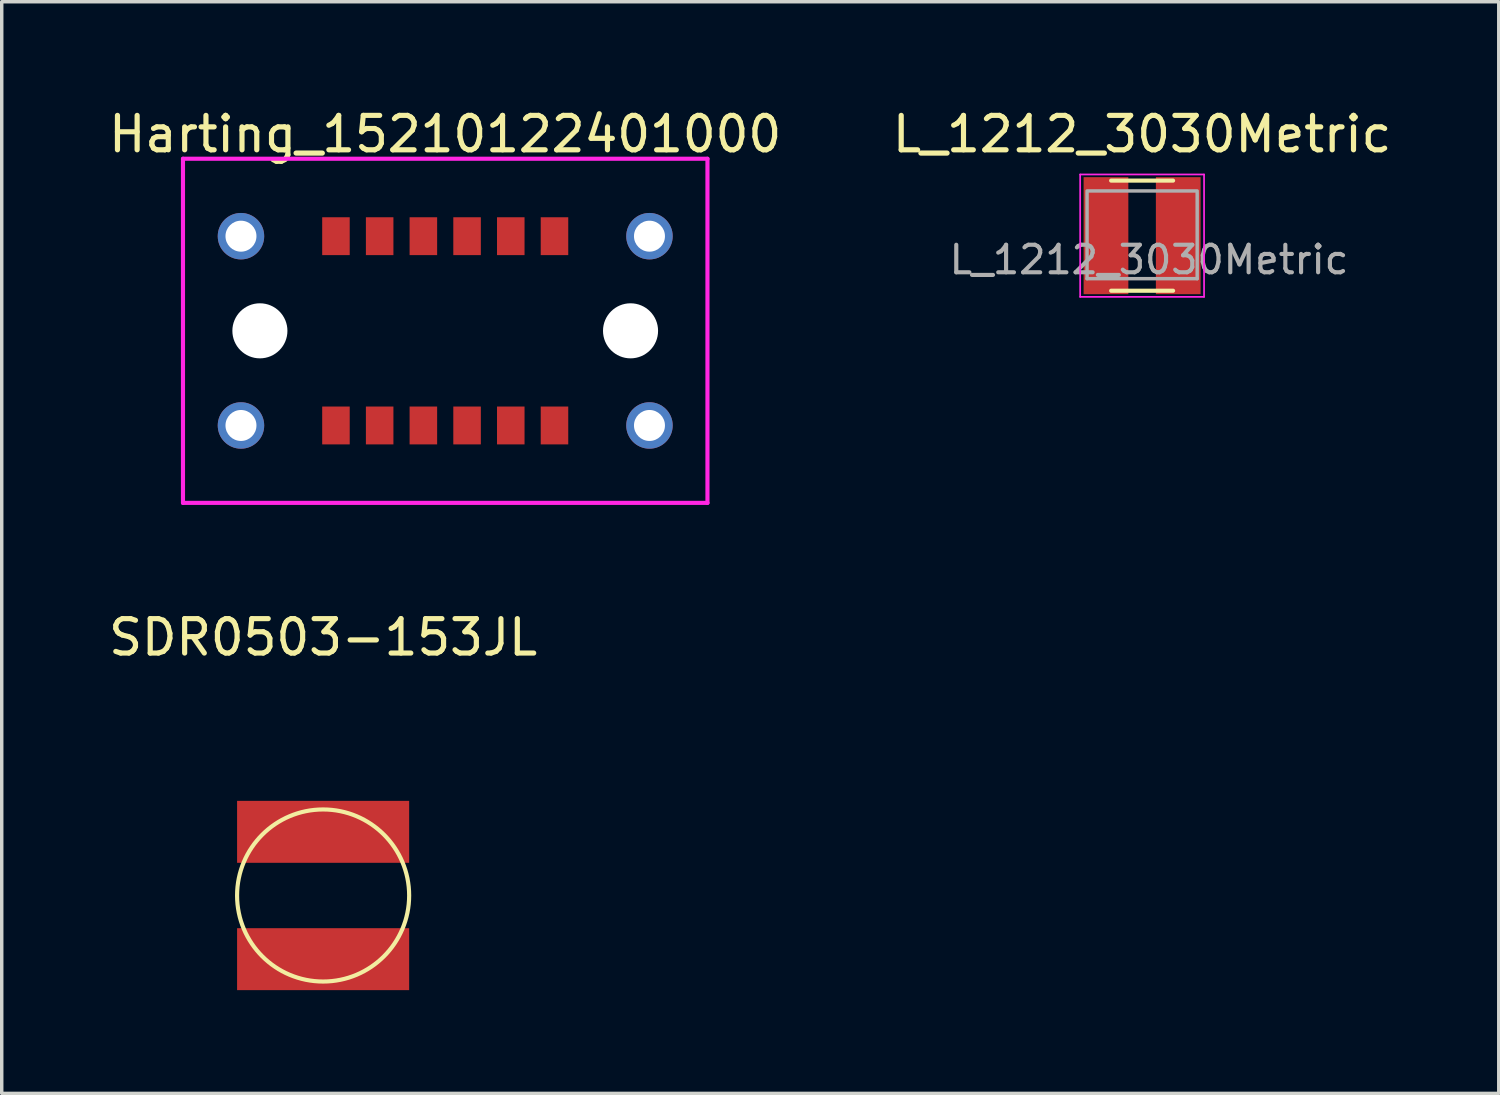
<source format=kicad_pcb>
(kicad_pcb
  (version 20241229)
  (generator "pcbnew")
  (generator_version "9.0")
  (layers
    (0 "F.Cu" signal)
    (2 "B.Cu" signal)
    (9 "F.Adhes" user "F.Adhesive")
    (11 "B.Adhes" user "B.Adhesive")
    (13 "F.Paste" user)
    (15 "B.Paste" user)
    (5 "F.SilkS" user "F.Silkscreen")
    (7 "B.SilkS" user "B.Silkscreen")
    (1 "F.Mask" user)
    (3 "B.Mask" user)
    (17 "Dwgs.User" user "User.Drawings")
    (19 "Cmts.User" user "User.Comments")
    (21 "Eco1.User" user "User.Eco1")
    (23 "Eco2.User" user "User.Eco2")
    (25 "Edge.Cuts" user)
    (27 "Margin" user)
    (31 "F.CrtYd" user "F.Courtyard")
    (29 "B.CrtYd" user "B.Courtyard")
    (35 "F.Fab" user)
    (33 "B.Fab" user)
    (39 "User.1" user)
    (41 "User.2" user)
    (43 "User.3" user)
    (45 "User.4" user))
  (footprint "Harting_15210122401000"
    (layer "F.Cu")
    (at 9.887 6.563)
    (property "Reference" "Harting_15210122401000" (at 0 -5.715 0) (layer "F.SilkS") (effects (font (size 1 1) (thickness 0.15))))
    (attr through_hole)
    (fp_line (start -7.62 -5) (end -7.62 5) (stroke (width 0.12) (type solid)) (layer "F.CrtYd"))
    (fp_line (start -7.62 5) (end 7.62 5) (stroke (width 0.12) (type solid)) (layer "F.CrtYd"))
    (fp_line (start 7.62 -5) (end -7.62 -5) (stroke (width 0.12) (type solid)) (layer "F.CrtYd"))
    (fp_line (start 7.62 5) (end 7.62 -5) (stroke (width 0.12) (type solid)) (layer "F.CrtYd"))
    (pad "" thru_hole circle (at -5.935 -2.75) (size 1.35 1.35) (drill 0.9) (layers "*.Cu" "*.Mask"))
    (pad "" thru_hole circle (at -5.935 2.75) (size 1.35 1.35) (drill 0.9) (layers "*.Cu" "*.Mask"))
    (pad "" np_thru_hole circle (at -5.385 0) (size 1.6 1.6) (drill 1.6) (layers "*.Cu" "*.Mask"))
    (pad "" np_thru_hole circle (at 5.385 0) (size 1.6 1.6) (drill 1.6) (layers "*.Cu" "*.Mask"))
    (pad "" thru_hole circle (at 5.935 -2.75) (size 1.35 1.35) (drill 0.9) (layers "*.Cu" "*.Mask"))
    (pad "" thru_hole circle (at 5.935 2.75) (size 1.35 1.35) (drill 0.9) (layers "*.Cu" "*.Mask"))
    (pad "a1" smd rect (at 3.175 2.75) (size 0.8 1.1) (layers "F.Cu" "F.Mask" "F.Paste"))
    (pad "a2" smd rect (at 1.905 2.75) (size 0.8 1.1) (layers "F.Cu" "F.Mask" "F.Paste"))
    (pad "a3" smd rect (at 0.635 2.75) (size 0.8 1.1) (layers "F.Cu" "F.Mask" "F.Paste"))
    (pad "a4" smd rect (at -0.635 2.75) (size 0.8 1.1) (layers "F.Cu" "F.Mask" "F.Paste"))
    (pad "a5" smd rect (at -1.905 2.75) (size 0.8 1.1) (layers "F.Cu" "F.Mask" "F.Paste"))
    (pad "a6" smd rect (at -3.175 2.75) (size 0.8 1.1) (layers "F.Cu" "F.Mask" "F.Paste"))
    (pad "b1" smd rect (at 3.175 -2.75) (size 0.8 1.1) (layers "F.Cu" "F.Mask" "F.Paste"))
    (pad "b2" smd rect (at 1.905 -2.75) (size 0.8 1.1) (layers "F.Cu" "F.Mask" "F.Paste"))
    (pad "b3" smd rect (at 0.635 -2.75) (size 0.8 1.1) (layers "F.Cu" "F.Mask" "F.Paste"))
    (pad "b4" smd rect (at -0.635 -2.75) (size 0.8 1.1) (layers "F.Cu" "F.Mask" "F.Paste"))
    (pad "b5" smd rect (at -1.905 -2.75) (size 0.8 1.1) (layers "F.Cu" "F.Mask" "F.Paste"))
    (pad "b6" smd rect (at -3.175 -2.75) (size 0.8 1.1) (layers "F.Cu" "F.Mask" "F.Paste")))
  (footprint "L_1212_3030Metric"
    (layer "F.Cu")
    (at 30.137 3.798)
    (property "Reference" "L_1212_3030Metric" (at 0 -2.95 0) (layer "F.SilkS") (effects (font (size 1 1) (thickness 0.15))))
    (attr smd)
    (fp_line (start -0.9 -1.6) (end 0.9 -1.6) (stroke (width 0.12) (type solid)) (layer "F.SilkS"))
    (fp_line (start -0.9 1.6) (end 0.9 1.6) (stroke (width 0.12) (type solid)) (layer "F.SilkS"))
    (fp_line (start -1.8 -1.778) (end 1.8 -1.778) (stroke (width 0.05) (type solid)) (layer "F.CrtYd"))
    (fp_line (start -1.8 1.778) (end -1.8 -1.778) (stroke (width 0.05) (type solid)) (layer "F.CrtYd"))
    (fp_line (start 1.8 -1.778) (end 1.8 1.778) (stroke (width 0.05) (type solid)) (layer "F.CrtYd"))
    (fp_line (start 1.8 1.778) (end -1.8 1.778) (stroke (width 0.05) (type solid)) (layer "F.CrtYd"))
    (fp_line (start -1.6 -1.3) (end 1.6 -1.3) (stroke (width 0.1) (type solid)) (layer "F.Fab"))
    (fp_line (start -1.6 1.25) (end -1.6 -1.25) (stroke (width 0.1) (type solid)) (layer "F.Fab"))
    (fp_line (start 1.6 -1.25) (end 1.6 1.25) (stroke (width 0.1) (type solid)) (layer "F.Fab"))
    (fp_line (start 1.6 1.25) (end -1.6 1.25) (stroke (width 0.1) (type solid)) (layer "F.Fab"))
    (fp_text user "${REFERENCE}" (at 0.2 0.7 0) (layer "F.Fab") (effects (font (size 0.8 0.8) (thickness 0.12))))
    (pad "1" smd rect (at -1.05 0) (size 1.3 3.4) (layers "F.Cu" "F.Mask" "F.Paste"))
    (pad "2" smd rect (at 1.05 0) (size 1.3 3.4) (layers "F.Cu" "F.Mask" "F.Paste")))
  (footprint "SDR0503-153JL"
    (layer "F.Cu")
    (at 6.339 22.971)
    (property "Reference" "SDR0503-153JL" (at 0 -7.5 0) (layer "F.SilkS") (effects (font (size 1 1) (thickness 0.15))))
    (attr through_hole)
    (fp_circle (center 0 0) (end 2.5 0) (stroke (width 0.12) (type solid)) (fill no) (layer "F.SilkS"))
    (pad "1" smd rect (at 0 1.85) (size 5 1.8) (layers "F.Cu" "F.Mask" "F.Paste"))
    (pad "2" smd custom (at 0 -1.85) (size 5 1.8) (layers "F.Cu" "F.Mask" "F.Paste") (options (anchor rect)) (primitives)))
  (gr_rect
    (start -3 -3)
    (end 40.5 28.721)
    (stroke (width 0.1) (type default))
    (fill no)
    (layer "Edge.Cuts")))
</source>
